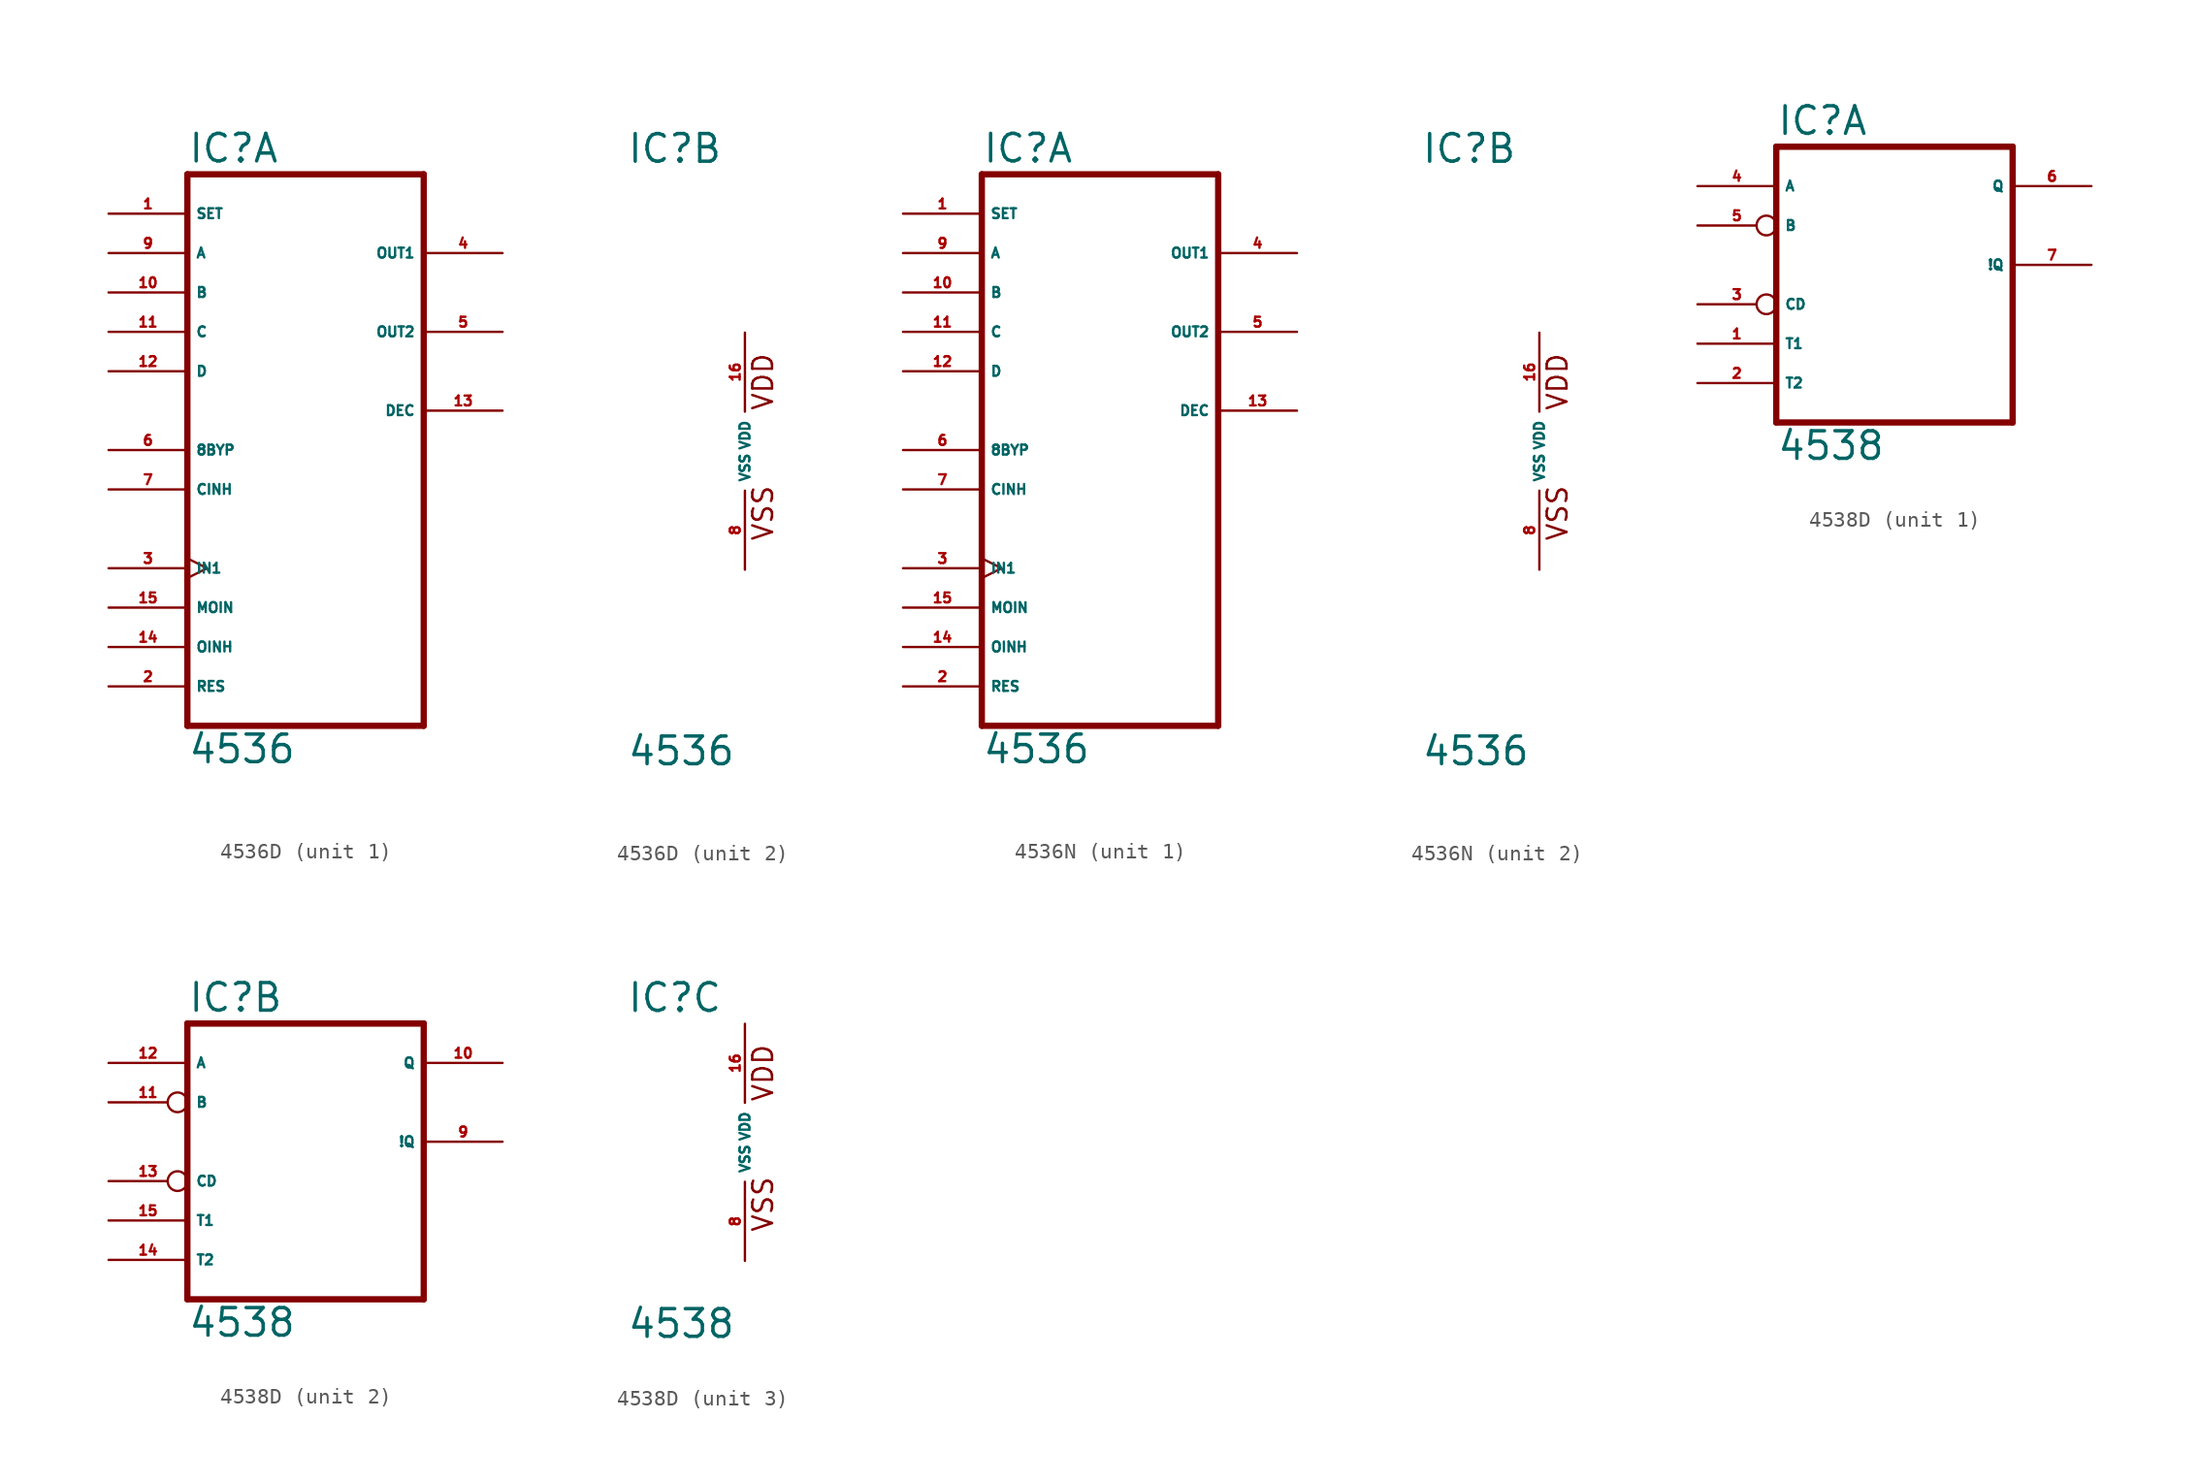
<source format=kicad_sym>
(kicad_symbol_lib
  (version 20220914)
  (generator Eagle2Kicad)
  (symbol "4536D"
    (property "Reference" "IC"
      (at -7.62 18.415 0)
      (effects (font (size 1.778 1.778) (thickness 0.22)) (justify left bottom)))
    (property "Value" "4536"
      (at -7.62 -20.32 0)
      (effects (font (size 1.778 1.778) (thickness 0.22)) (justify left bottom)))
    (symbol "4536D_1_0"
      (polyline (pts (xy -7.62 -17.78) (xy 7.62 -17.78)) (stroke (width 0.406) (type default)) (fill (type none)))
      (polyline (pts (xy 7.62 -17.78) (xy 7.62 17.78)) (stroke (width 0.406) (type default)) (fill (type none)))
      (polyline (pts (xy 7.62 17.78) (xy -7.62 17.78)) (stroke (width 0.406) (type default)) (fill (type none)))
      (polyline (pts (xy -7.62 17.78) (xy -7.62 -17.78)) (stroke (width 0.406) (type default)) (fill (type none)))
      (pin input line (at -12.7 15.24 0) (length 5.08) (name "SET" (effects (font (size 0.635 0.635) (thickness 0.08)) (justify left bottom))) (number "1" (effects (font (size 0.635 0.635) (thickness 0.08)) (justify left bottom))))
      (pin input line (at -12.7 -15.24 0) (length 5.08) (name "RES" (effects (font (size 0.635 0.635) (thickness 0.08)) (justify left bottom))) (number "2" (effects (font (size 0.635 0.635) (thickness 0.08)) (justify left bottom))))
      (pin input clock (at -12.7 -7.62 0) (length 5.08) (name "IN1" (effects (font (size 0.635 0.635) (thickness 0.08)) (justify left bottom))) (number "3" (effects (font (size 0.635 0.635) (thickness 0.08)) (justify left bottom))))
      (pin output line (at 12.7 12.7 180) (length 5.08) (name "OUT1" (effects (font (size 0.635 0.635) (thickness 0.08)) (justify left bottom))) (number "4" (effects (font (size 0.635 0.635) (thickness 0.08)) (justify left bottom))))
      (pin output line (at 12.7 7.62 180) (length 5.08) (name "OUT2" (effects (font (size 0.635 0.635) (thickness 0.08)) (justify left bottom))) (number "5" (effects (font (size 0.635 0.635) (thickness 0.08)) (justify left bottom))))
      (pin input line (at -12.7 0 0) (length 5.08) (name "8BYP" (effects (font (size 0.635 0.635) (thickness 0.08)) (justify left bottom))) (number "6" (effects (font (size 0.635 0.635) (thickness 0.08)) (justify left bottom))))
      (pin input line (at -12.7 -2.54 0) (length 5.08) (name "CINH" (effects (font (size 0.635 0.635) (thickness 0.08)) (justify left bottom))) (number "7" (effects (font (size 0.635 0.635) (thickness 0.08)) (justify left bottom))))
      (pin input line (at -12.7 12.7 0) (length 5.08) (name "A" (effects (font (size 0.635 0.635) (thickness 0.08)) (justify left bottom))) (number "9" (effects (font (size 0.635 0.635) (thickness 0.08)) (justify left bottom))))
      (pin input line (at -12.7 10.16 0) (length 5.08) (name "B" (effects (font (size 0.635 0.635) (thickness 0.08)) (justify left bottom))) (number "10" (effects (font (size 0.635 0.635) (thickness 0.08)) (justify left bottom))))
      (pin input line (at -12.7 7.62 0) (length 5.08) (name "C" (effects (font (size 0.635 0.635) (thickness 0.08)) (justify left bottom))) (number "11" (effects (font (size 0.635 0.635) (thickness 0.08)) (justify left bottom))))
      (pin input line (at -12.7 5.08 0) (length 5.08) (name "D" (effects (font (size 0.635 0.635) (thickness 0.08)) (justify left bottom))) (number "12" (effects (font (size 0.635 0.635) (thickness 0.08)) (justify left bottom))))
      (pin output line (at 12.7 2.54 180) (length 5.08) (name "DEC" (effects (font (size 0.635 0.635) (thickness 0.08)) (justify left bottom))) (number "13" (effects (font (size 0.635 0.635) (thickness 0.08)) (justify left bottom))))
      (pin input line (at -12.7 -12.7 0) (length 5.08) (name "OINH" (effects (font (size 0.635 0.635) (thickness 0.08)) (justify left bottom))) (number "14" (effects (font (size 0.635 0.635) (thickness 0.08)) (justify left bottom))))
      (pin input line (at -12.7 -10.16 0) (length 5.08) (name "MOIN" (effects (font (size 0.635 0.635) (thickness 0.08)) (justify left bottom))) (number "15" (effects (font (size 0.635 0.635) (thickness 0.08)) (justify left bottom)))))
    (symbol "4536D_2_0"
      (text "VDD" (at 1.905 2.54 900) (effects (font (size 1.27 1.27) (thickness 0.16)) (justify left bottom)))
      (text "VSS" (at 1.905 -5.842 900) (effects (font (size 1.27 1.27) (thickness 0.16)) (justify left bottom)))
      (pin unspecified line (at 0 -7.62 90) (length 5.08) (name "VSS" (effects (font (size 0.635 0.635) (thickness 0.08)) (justify left bottom))) (number "8" (effects (font (size 0.635 0.635) (thickness 0.08)) (justify left bottom))))
      (pin unspecified line (at 0 7.62 270) (length 5.08) (name "VDD" (effects (font (size 0.635 0.635) (thickness 0.08)) (justify left bottom))) (number "16" (effects (font (size 0.635 0.635) (thickness 0.08)) (justify left bottom))))))
  (symbol "4536N"
    (property "Reference" "IC"
      (at -7.62 18.415 0)
      (effects (font (size 1.778 1.778) (thickness 0.22)) (justify left bottom)))
    (property "Value" "4536"
      (at -7.62 -20.32 0)
      (effects (font (size 1.778 1.778) (thickness 0.22)) (justify left bottom)))
    (symbol "4536N_1_0"
      (polyline (pts (xy -7.62 -17.78) (xy 7.62 -17.78)) (stroke (width 0.406) (type default)) (fill (type none)))
      (polyline (pts (xy 7.62 -17.78) (xy 7.62 17.78)) (stroke (width 0.406) (type default)) (fill (type none)))
      (polyline (pts (xy 7.62 17.78) (xy -7.62 17.78)) (stroke (width 0.406) (type default)) (fill (type none)))
      (polyline (pts (xy -7.62 17.78) (xy -7.62 -17.78)) (stroke (width 0.406) (type default)) (fill (type none)))
      (pin input line (at -12.7 15.24 0) (length 5.08) (name "SET" (effects (font (size 0.635 0.635) (thickness 0.08)) (justify left bottom))) (number "1" (effects (font (size 0.635 0.635) (thickness 0.08)) (justify left bottom))))
      (pin input line (at -12.7 -15.24 0) (length 5.08) (name "RES" (effects (font (size 0.635 0.635) (thickness 0.08)) (justify left bottom))) (number "2" (effects (font (size 0.635 0.635) (thickness 0.08)) (justify left bottom))))
      (pin input clock (at -12.7 -7.62 0) (length 5.08) (name "IN1" (effects (font (size 0.635 0.635) (thickness 0.08)) (justify left bottom))) (number "3" (effects (font (size 0.635 0.635) (thickness 0.08)) (justify left bottom))))
      (pin output line (at 12.7 12.7 180) (length 5.08) (name "OUT1" (effects (font (size 0.635 0.635) (thickness 0.08)) (justify left bottom))) (number "4" (effects (font (size 0.635 0.635) (thickness 0.08)) (justify left bottom))))
      (pin output line (at 12.7 7.62 180) (length 5.08) (name "OUT2" (effects (font (size 0.635 0.635) (thickness 0.08)) (justify left bottom))) (number "5" (effects (font (size 0.635 0.635) (thickness 0.08)) (justify left bottom))))
      (pin input line (at -12.7 0 0) (length 5.08) (name "8BYP" (effects (font (size 0.635 0.635) (thickness 0.08)) (justify left bottom))) (number "6" (effects (font (size 0.635 0.635) (thickness 0.08)) (justify left bottom))))
      (pin input line (at -12.7 -2.54 0) (length 5.08) (name "CINH" (effects (font (size 0.635 0.635) (thickness 0.08)) (justify left bottom))) (number "7" (effects (font (size 0.635 0.635) (thickness 0.08)) (justify left bottom))))
      (pin input line (at -12.7 12.7 0) (length 5.08) (name "A" (effects (font (size 0.635 0.635) (thickness 0.08)) (justify left bottom))) (number "9" (effects (font (size 0.635 0.635) (thickness 0.08)) (justify left bottom))))
      (pin input line (at -12.7 10.16 0) (length 5.08) (name "B" (effects (font (size 0.635 0.635) (thickness 0.08)) (justify left bottom))) (number "10" (effects (font (size 0.635 0.635) (thickness 0.08)) (justify left bottom))))
      (pin input line (at -12.7 7.62 0) (length 5.08) (name "C" (effects (font (size 0.635 0.635) (thickness 0.08)) (justify left bottom))) (number "11" (effects (font (size 0.635 0.635) (thickness 0.08)) (justify left bottom))))
      (pin input line (at -12.7 5.08 0) (length 5.08) (name "D" (effects (font (size 0.635 0.635) (thickness 0.08)) (justify left bottom))) (number "12" (effects (font (size 0.635 0.635) (thickness 0.08)) (justify left bottom))))
      (pin output line (at 12.7 2.54 180) (length 5.08) (name "DEC" (effects (font (size 0.635 0.635) (thickness 0.08)) (justify left bottom))) (number "13" (effects (font (size 0.635 0.635) (thickness 0.08)) (justify left bottom))))
      (pin input line (at -12.7 -12.7 0) (length 5.08) (name "OINH" (effects (font (size 0.635 0.635) (thickness 0.08)) (justify left bottom))) (number "14" (effects (font (size 0.635 0.635) (thickness 0.08)) (justify left bottom))))
      (pin input line (at -12.7 -10.16 0) (length 5.08) (name "MOIN" (effects (font (size 0.635 0.635) (thickness 0.08)) (justify left bottom))) (number "15" (effects (font (size 0.635 0.635) (thickness 0.08)) (justify left bottom)))))
    (symbol "4536N_2_0"
      (text "VDD" (at 1.905 2.54 900) (effects (font (size 1.27 1.27) (thickness 0.16)) (justify left bottom)))
      (text "VSS" (at 1.905 -5.842 900) (effects (font (size 1.27 1.27) (thickness 0.16)) (justify left bottom)))
      (pin unspecified line (at 0 -7.62 90) (length 5.08) (name "VSS" (effects (font (size 0.635 0.635) (thickness 0.08)) (justify left bottom))) (number "8" (effects (font (size 0.635 0.635) (thickness 0.08)) (justify left bottom))))
      (pin unspecified line (at 0 7.62 270) (length 5.08) (name "VDD" (effects (font (size 0.635 0.635) (thickness 0.08)) (justify left bottom))) (number "16" (effects (font (size 0.635 0.635) (thickness 0.08)) (justify left bottom))))))
  (symbol "4538D"
    (property "Reference" "IC"
      (at -7.62 8.255 0)
      (effects (font (size 1.778 1.778) (thickness 0.22)) (justify left bottom)))
    (property "Value" "4538"
      (at -7.62 -12.7 0)
      (effects (font (size 1.778 1.778) (thickness 0.22)) (justify left bottom)))
    (symbol "4538D_1_0"
      (polyline (pts (xy -7.62 -10.16) (xy 7.62 -10.16)) (stroke (width 0.406) (type default)) (fill (type none)))
      (polyline (pts (xy 7.62 -10.16) (xy 7.62 7.62)) (stroke (width 0.406) (type default)) (fill (type none)))
      (polyline (pts (xy 7.62 7.62) (xy -7.62 7.62)) (stroke (width 0.406) (type default)) (fill (type none)))
      (polyline (pts (xy -7.62 -10.16) (xy -7.62 7.62)) (stroke (width 0.406) (type default)) (fill (type none)))
      (pin input line (at -12.7 5.08 0) (length 5.08) (name "A" (effects (font (size 0.635 0.635) (thickness 0.08)) (justify left bottom))) (number "4" (effects (font (size 0.635 0.635) (thickness 0.08)) (justify left bottom))))
      (pin input inverted (at -12.7 2.54 0) (length 5.08) (name "B" (effects (font (size 0.635 0.635) (thickness 0.08)) (justify left bottom))) (number "5" (effects (font (size 0.635 0.635) (thickness 0.08)) (justify left bottom))))
      (pin input inverted (at -12.7 -2.54 0) (length 5.08) (name "CD" (effects (font (size 0.635 0.635) (thickness 0.08)) (justify left bottom))) (number "3" (effects (font (size 0.635 0.635) (thickness 0.08)) (justify left bottom))))
      (pin input line (at -12.7 -5.08 0) (length 5.08) (name "T1" (effects (font (size 0.635 0.635) (thickness 0.08)) (justify left bottom))) (number "1" (effects (font (size 0.635 0.635) (thickness 0.08)) (justify left bottom))))
      (pin input line (at -12.7 -7.62 0) (length 5.08) (name "T2" (effects (font (size 0.635 0.635) (thickness 0.08)) (justify left bottom))) (number "2" (effects (font (size 0.635 0.635) (thickness 0.08)) (justify left bottom))))
      (pin output line (at 12.7 5.08 180) (length 5.08) (name "Q" (effects (font (size 0.635 0.635) (thickness 0.08)) (justify left bottom))) (number "6" (effects (font (size 0.635 0.635) (thickness 0.08)) (justify left bottom))))
      (pin output line (at 12.7 0 180) (length 5.08) (name "!Q" (effects (font (size 0.635 0.635) (thickness 0.08)) (justify left bottom))) (number "7" (effects (font (size 0.635 0.635) (thickness 0.08)) (justify left bottom)))))
    (symbol "4538D_2_0"
      (polyline (pts (xy -7.62 -10.16) (xy 7.62 -10.16)) (stroke (width 0.406) (type default)) (fill (type none)))
      (polyline (pts (xy 7.62 -10.16) (xy 7.62 7.62)) (stroke (width 0.406) (type default)) (fill (type none)))
      (polyline (pts (xy 7.62 7.62) (xy -7.62 7.62)) (stroke (width 0.406) (type default)) (fill (type none)))
      (polyline (pts (xy -7.62 -10.16) (xy -7.62 7.62)) (stroke (width 0.406) (type default)) (fill (type none)))
      (pin input line (at -12.7 5.08 0) (length 5.08) (name "A" (effects (font (size 0.635 0.635) (thickness 0.08)) (justify left bottom))) (number "12" (effects (font (size 0.635 0.635) (thickness 0.08)) (justify left bottom))))
      (pin input inverted (at -12.7 2.54 0) (length 5.08) (name "B" (effects (font (size 0.635 0.635) (thickness 0.08)) (justify left bottom))) (number "11" (effects (font (size 0.635 0.635) (thickness 0.08)) (justify left bottom))))
      (pin input inverted (at -12.7 -2.54 0) (length 5.08) (name "CD" (effects (font (size 0.635 0.635) (thickness 0.08)) (justify left bottom))) (number "13" (effects (font (size 0.635 0.635) (thickness 0.08)) (justify left bottom))))
      (pin input line (at -12.7 -5.08 0) (length 5.08) (name "T1" (effects (font (size 0.635 0.635) (thickness 0.08)) (justify left bottom))) (number "15" (effects (font (size 0.635 0.635) (thickness 0.08)) (justify left bottom))))
      (pin input line (at -12.7 -7.62 0) (length 5.08) (name "T2" (effects (font (size 0.635 0.635) (thickness 0.08)) (justify left bottom))) (number "14" (effects (font (size 0.635 0.635) (thickness 0.08)) (justify left bottom))))
      (pin output line (at 12.7 5.08 180) (length 5.08) (name "Q" (effects (font (size 0.635 0.635) (thickness 0.08)) (justify left bottom))) (number "10" (effects (font (size 0.635 0.635) (thickness 0.08)) (justify left bottom))))
      (pin output line (at 12.7 0 180) (length 5.08) (name "!Q" (effects (font (size 0.635 0.635) (thickness 0.08)) (justify left bottom))) (number "9" (effects (font (size 0.635 0.635) (thickness 0.08)) (justify left bottom)))))
    (symbol "4538D_3_0"
      (text "VDD" (at 1.905 2.54 900) (effects (font (size 1.27 1.27) (thickness 0.16)) (justify left bottom)))
      (text "VSS" (at 1.905 -5.842 900) (effects (font (size 1.27 1.27) (thickness 0.16)) (justify left bottom)))
      (pin unspecified line (at 0 -7.62 90) (length 5.08) (name "VSS" (effects (font (size 0.635 0.635) (thickness 0.08)) (justify left bottom))) (number "8" (effects (font (size 0.635 0.635) (thickness 0.08)) (justify left bottom))))
      (pin unspecified line (at 0 7.62 270) (length 5.08) (name "VDD" (effects (font (size 0.635 0.635) (thickness 0.08)) (justify left bottom))) (number "16" (effects (font (size 0.635 0.635) (thickness 0.08)) (justify left bottom)))))))
</source>
